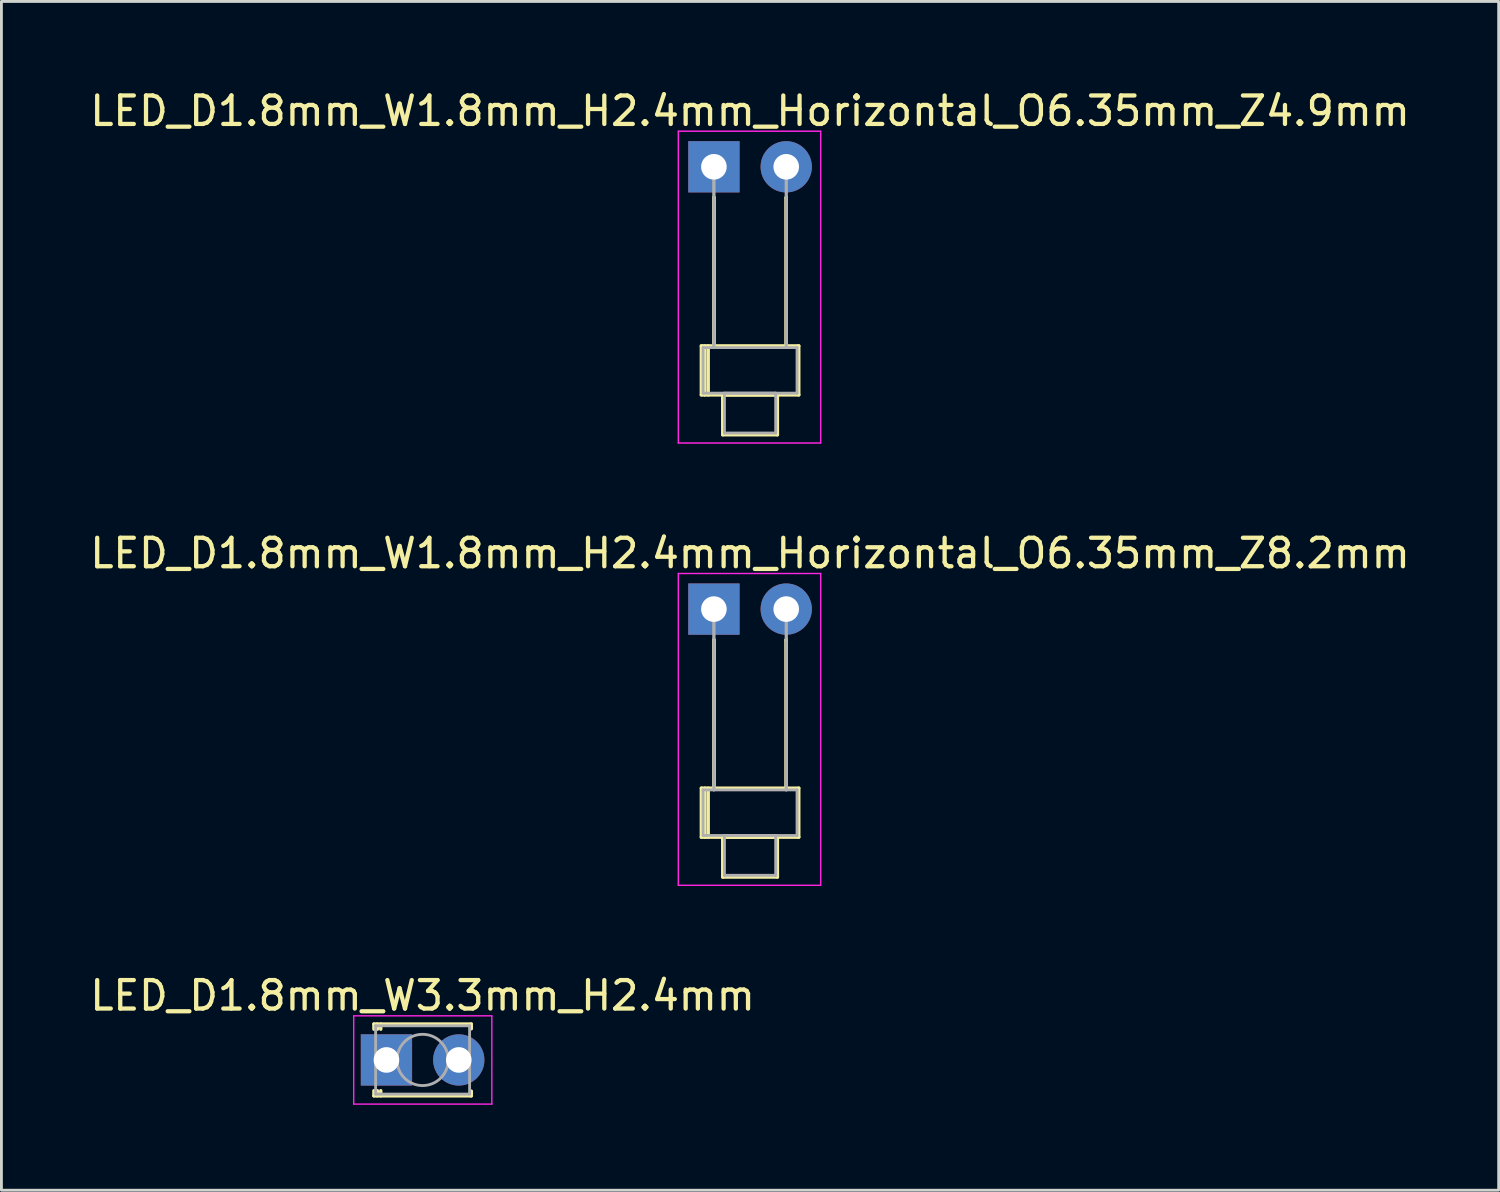
<source format=kicad_pcb>
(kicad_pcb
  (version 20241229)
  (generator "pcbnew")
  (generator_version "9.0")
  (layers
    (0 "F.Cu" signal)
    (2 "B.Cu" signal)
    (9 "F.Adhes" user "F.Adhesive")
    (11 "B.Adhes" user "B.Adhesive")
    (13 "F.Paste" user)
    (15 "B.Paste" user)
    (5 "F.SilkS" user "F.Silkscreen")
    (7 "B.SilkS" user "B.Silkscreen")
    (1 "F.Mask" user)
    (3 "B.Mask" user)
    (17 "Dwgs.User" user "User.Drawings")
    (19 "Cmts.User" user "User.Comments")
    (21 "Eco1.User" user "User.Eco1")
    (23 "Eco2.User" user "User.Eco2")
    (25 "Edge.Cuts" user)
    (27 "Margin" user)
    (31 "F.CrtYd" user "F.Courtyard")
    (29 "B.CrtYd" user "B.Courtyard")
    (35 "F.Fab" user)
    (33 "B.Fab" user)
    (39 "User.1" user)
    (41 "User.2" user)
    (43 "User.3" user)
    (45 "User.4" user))
  (footprint "LED_D1.8mm_W1.8mm_H2.4mm_Horizontal_O6.35mm_Z8.2mm"
    (layer "F.Cu")
    (at 22.022 18.341)
    (property "Reference" "LED_D1.8mm_W1.8mm_H2.4mm_Horizontal_O6.35mm_Z8.2mm" (at 1.27 -1.96 0) (layer "F.SilkS") (effects (font (size 1 1) (thickness 0.15))))
    (attr through_hole)
    (fp_line (start -0.44 6.29) (end -0.44 8.01) (stroke (width 0.12) (type solid)) (layer "F.SilkS"))
    (fp_line (start -0.44 8.01) (end 2.98 8.01) (stroke (width 0.12) (type solid)) (layer "F.SilkS"))
    (fp_line (start -0.32 6.29) (end -0.32 8.01) (stroke (width 0.12) (type solid)) (layer "F.SilkS"))
    (fp_line (start -0.2 6.29) (end -0.2 8.01) (stroke (width 0.12) (type solid)) (layer "F.SilkS"))
    (fp_line (start 0 1.08) (end 0 1.08) (stroke (width 0.12) (type solid)) (layer "F.SilkS"))
    (fp_line (start 0 1.08) (end 0 6.29) (stroke (width 0.12) (type solid)) (layer "F.SilkS"))
    (fp_line (start 0 6.29) (end 0 1.08) (stroke (width 0.12) (type solid)) (layer "F.SilkS"))
    (fp_line (start 0 6.29) (end 0 6.29) (stroke (width 0.12) (type solid)) (layer "F.SilkS"))
    (fp_line (start 0.31 8.01) (end 0.31 9.41) (stroke (width 0.12) (type solid)) (layer "F.SilkS"))
    (fp_line (start 0.31 9.41) (end 2.23 9.41) (stroke (width 0.12) (type solid)) (layer "F.SilkS"))
    (fp_line (start 2.23 8.01) (end 0.31 8.01) (stroke (width 0.12) (type solid)) (layer "F.SilkS"))
    (fp_line (start 2.23 9.41) (end 2.23 8.01) (stroke (width 0.12) (type solid)) (layer "F.SilkS"))
    (fp_line (start 2.54 1.08) (end 2.54 1.08) (stroke (width 0.12) (type solid)) (layer "F.SilkS"))
    (fp_line (start 2.54 1.08) (end 2.54 6.29) (stroke (width 0.12) (type solid)) (layer "F.SilkS"))
    (fp_line (start 2.54 6.29) (end 2.54 1.08) (stroke (width 0.12) (type solid)) (layer "F.SilkS"))
    (fp_line (start 2.54 6.29) (end 2.54 6.29) (stroke (width 0.12) (type solid)) (layer "F.SilkS"))
    (fp_line (start 2.98 6.29) (end -0.44 6.29) (stroke (width 0.12) (type solid)) (layer "F.SilkS"))
    (fp_line (start 2.98 8.01) (end 2.98 6.29) (stroke (width 0.12) (type solid)) (layer "F.SilkS"))
    (fp_line (start -1.25 -1.25) (end -1.25 9.7) (stroke (width 0.05) (type solid)) (layer "F.CrtYd"))
    (fp_line (start -1.25 9.7) (end 3.75 9.7) (stroke (width 0.05) (type solid)) (layer "F.CrtYd"))
    (fp_line (start 3.75 -1.25) (end -1.25 -1.25) (stroke (width 0.05) (type solid)) (layer "F.CrtYd"))
    (fp_line (start 3.75 9.7) (end 3.75 -1.25) (stroke (width 0.05) (type solid)) (layer "F.CrtYd"))
    (fp_line (start -0.38 6.35) (end -0.38 7.95) (stroke (width 0.1) (type solid)) (layer "F.Fab"))
    (fp_line (start -0.38 7.95) (end 2.92 7.95) (stroke (width 0.1) (type solid)) (layer "F.Fab"))
    (fp_line (start 0 0) (end 0 0) (stroke (width 0.1) (type solid)) (layer "F.Fab"))
    (fp_line (start 0 0) (end 0 6.35) (stroke (width 0.1) (type solid)) (layer "F.Fab"))
    (fp_line (start 0 6.35) (end 0 0) (stroke (width 0.1) (type solid)) (layer "F.Fab"))
    (fp_line (start 0 6.35) (end 0 6.35) (stroke (width 0.1) (type solid)) (layer "F.Fab"))
    (fp_line (start 0.37 7.95) (end 0.37 9.35) (stroke (width 0.1) (type solid)) (layer "F.Fab"))
    (fp_line (start 0.37 9.35) (end 2.17 9.35) (stroke (width 0.1) (type solid)) (layer "F.Fab"))
    (fp_line (start 2.17 7.95) (end 0.37 7.95) (stroke (width 0.1) (type solid)) (layer "F.Fab"))
    (fp_line (start 2.17 9.35) (end 2.17 7.95) (stroke (width 0.1) (type solid)) (layer "F.Fab"))
    (fp_line (start 2.54 0) (end 2.54 0) (stroke (width 0.1) (type solid)) (layer "F.Fab"))
    (fp_line (start 2.54 0) (end 2.54 6.35) (stroke (width 0.1) (type solid)) (layer "F.Fab"))
    (fp_line (start 2.54 6.35) (end 2.54 0) (stroke (width 0.1) (type solid)) (layer "F.Fab"))
    (fp_line (start 2.54 6.35) (end 2.54 6.35) (stroke (width 0.1) (type solid)) (layer "F.Fab"))
    (fp_line (start 2.92 6.35) (end -0.38 6.35) (stroke (width 0.1) (type solid)) (layer "F.Fab"))
    (fp_line (start 2.92 7.95) (end 2.92 6.35) (stroke (width 0.1) (type solid)) (layer "F.Fab"))
    (pad "1" thru_hole rect (at 0 0) (size 1.8 1.8) (drill 0.9) (layers "*.Cu" "*.Mask"))
    (pad "2" thru_hole circle (at 2.54 0) (size 1.8 1.8) (drill 0.9) (layers "*.Cu" "*.Mask")))
  (footprint "LED_D1.8mm_W3.3mm_H2.4mm"
    (layer "F.Cu")
    (at 10.522 34.175)
    (property "Reference" "LED_D1.8mm_W3.3mm_H2.4mm" (at 1.27 -2.26 0) (layer "F.SilkS") (effects (font (size 1 1) (thickness 0.15))))
    (attr through_hole)
    (fp_line (start -0.44 -1.26) (end -0.44 -1.08) (stroke (width 0.12) (type solid)) (layer "F.SilkS"))
    (fp_line (start -0.44 -1.26) (end 2.98 -1.26) (stroke (width 0.12) (type solid)) (layer "F.SilkS"))
    (fp_line (start -0.44 1.08) (end -0.44 1.26) (stroke (width 0.12) (type solid)) (layer "F.SilkS"))
    (fp_line (start -0.44 1.26) (end 2.98 1.26) (stroke (width 0.12) (type solid)) (layer "F.SilkS"))
    (fp_line (start -0.32 -1.26) (end -0.32 -1.08) (stroke (width 0.12) (type solid)) (layer "F.SilkS"))
    (fp_line (start -0.32 1.08) (end -0.32 1.26) (stroke (width 0.12) (type solid)) (layer "F.SilkS"))
    (fp_line (start -0.2 -1.26) (end -0.2 -1.08) (stroke (width 0.12) (type solid)) (layer "F.SilkS"))
    (fp_line (start -0.2 1.08) (end -0.2 1.26) (stroke (width 0.12) (type solid)) (layer "F.SilkS"))
    (fp_line (start 2.98 -1.26) (end 2.98 -1.095) (stroke (width 0.12) (type solid)) (layer "F.SilkS"))
    (fp_line (start 2.98 1.095) (end 2.98 1.26) (stroke (width 0.12) (type solid)) (layer "F.SilkS"))
    (fp_line (start -1.15 -1.55) (end -1.15 1.55) (stroke (width 0.05) (type solid)) (layer "F.CrtYd"))
    (fp_line (start -1.15 1.55) (end 3.7 1.55) (stroke (width 0.05) (type solid)) (layer "F.CrtYd"))
    (fp_line (start 3.7 -1.55) (end -1.15 -1.55) (stroke (width 0.05) (type solid)) (layer "F.CrtYd"))
    (fp_line (start 3.7 1.55) (end 3.7 -1.55) (stroke (width 0.05) (type solid)) (layer "F.CrtYd"))
    (fp_line (start -0.38 -1.2) (end -0.38 1.2) (stroke (width 0.1) (type solid)) (layer "F.Fab"))
    (fp_line (start -0.38 1.2) (end 2.92 1.2) (stroke (width 0.1) (type solid)) (layer "F.Fab"))
    (fp_line (start 2.92 -1.2) (end -0.38 -1.2) (stroke (width 0.1) (type solid)) (layer "F.Fab"))
    (fp_line (start 2.92 1.2) (end 2.92 -1.2) (stroke (width 0.1) (type solid)) (layer "F.Fab"))
    (fp_circle (center 1.27 0) (end 2.17 0) (stroke (width 0.1) (type solid)) (fill no) (layer "F.Fab"))
    (pad "1" thru_hole rect (at 0 0) (size 1.8 1.8) (drill 0.9) (layers "*.Cu" "*.Mask"))
    (pad "2" thru_hole circle (at 2.54 0) (size 1.8 1.8) (drill 0.9) (layers "*.Cu" "*.Mask")))
  (footprint "LED_D1.8mm_W1.8mm_H2.4mm_Horizontal_O6.35mm_Z4.9mm"
    (layer "F.Cu")
    (at 22.022 2.808)
    (property "Reference" "LED_D1.8mm_W1.8mm_H2.4mm_Horizontal_O6.35mm_Z4.9mm" (at 1.27 -1.96 0) (layer "F.SilkS") (effects (font (size 1 1) (thickness 0.15))))
    (attr through_hole)
    (fp_line (start -0.44 6.29) (end -0.44 8.01) (stroke (width 0.12) (type solid)) (layer "F.SilkS"))
    (fp_line (start -0.44 8.01) (end 2.98 8.01) (stroke (width 0.12) (type solid)) (layer "F.SilkS"))
    (fp_line (start -0.32 6.29) (end -0.32 8.01) (stroke (width 0.12) (type solid)) (layer "F.SilkS"))
    (fp_line (start -0.2 6.29) (end -0.2 8.01) (stroke (width 0.12) (type solid)) (layer "F.SilkS"))
    (fp_line (start 0 1.08) (end 0 1.08) (stroke (width 0.12) (type solid)) (layer "F.SilkS"))
    (fp_line (start 0 1.08) (end 0 6.29) (stroke (width 0.12) (type solid)) (layer "F.SilkS"))
    (fp_line (start 0 6.29) (end 0 1.08) (stroke (width 0.12) (type solid)) (layer "F.SilkS"))
    (fp_line (start 0 6.29) (end 0 6.29) (stroke (width 0.12) (type solid)) (layer "F.SilkS"))
    (fp_line (start 0.31 8.01) (end 0.31 9.41) (stroke (width 0.12) (type solid)) (layer "F.SilkS"))
    (fp_line (start 0.31 9.41) (end 2.23 9.41) (stroke (width 0.12) (type solid)) (layer "F.SilkS"))
    (fp_line (start 2.23 8.01) (end 0.31 8.01) (stroke (width 0.12) (type solid)) (layer "F.SilkS"))
    (fp_line (start 2.23 9.41) (end 2.23 8.01) (stroke (width 0.12) (type solid)) (layer "F.SilkS"))
    (fp_line (start 2.54 1.08) (end 2.54 1.08) (stroke (width 0.12) (type solid)) (layer "F.SilkS"))
    (fp_line (start 2.54 1.08) (end 2.54 6.29) (stroke (width 0.12) (type solid)) (layer "F.SilkS"))
    (fp_line (start 2.54 6.29) (end 2.54 1.08) (stroke (width 0.12) (type solid)) (layer "F.SilkS"))
    (fp_line (start 2.54 6.29) (end 2.54 6.29) (stroke (width 0.12) (type solid)) (layer "F.SilkS"))
    (fp_line (start 2.98 6.29) (end -0.44 6.29) (stroke (width 0.12) (type solid)) (layer "F.SilkS"))
    (fp_line (start 2.98 8.01) (end 2.98 6.29) (stroke (width 0.12) (type solid)) (layer "F.SilkS"))
    (fp_line (start -1.25 -1.25) (end -1.25 9.7) (stroke (width 0.05) (type solid)) (layer "F.CrtYd"))
    (fp_line (start -1.25 9.7) (end 3.75 9.7) (stroke (width 0.05) (type solid)) (layer "F.CrtYd"))
    (fp_line (start 3.75 -1.25) (end -1.25 -1.25) (stroke (width 0.05) (type solid)) (layer "F.CrtYd"))
    (fp_line (start 3.75 9.7) (end 3.75 -1.25) (stroke (width 0.05) (type solid)) (layer "F.CrtYd"))
    (fp_line (start -0.38 6.35) (end -0.38 7.95) (stroke (width 0.1) (type solid)) (layer "F.Fab"))
    (fp_line (start -0.38 7.95) (end 2.92 7.95) (stroke (width 0.1) (type solid)) (layer "F.Fab"))
    (fp_line (start 0 0) (end 0 0) (stroke (width 0.1) (type solid)) (layer "F.Fab"))
    (fp_line (start 0 0) (end 0 6.35) (stroke (width 0.1) (type solid)) (layer "F.Fab"))
    (fp_line (start 0 6.35) (end 0 0) (stroke (width 0.1) (type solid)) (layer "F.Fab"))
    (fp_line (start 0 6.35) (end 0 6.35) (stroke (width 0.1) (type solid)) (layer "F.Fab"))
    (fp_line (start 0.37 7.95) (end 0.37 9.35) (stroke (width 0.1) (type solid)) (layer "F.Fab"))
    (fp_line (start 0.37 9.35) (end 2.17 9.35) (stroke (width 0.1) (type solid)) (layer "F.Fab"))
    (fp_line (start 2.17 7.95) (end 0.37 7.95) (stroke (width 0.1) (type solid)) (layer "F.Fab"))
    (fp_line (start 2.17 9.35) (end 2.17 7.95) (stroke (width 0.1) (type solid)) (layer "F.Fab"))
    (fp_line (start 2.54 0) (end 2.54 0) (stroke (width 0.1) (type solid)) (layer "F.Fab"))
    (fp_line (start 2.54 0) (end 2.54 6.35) (stroke (width 0.1) (type solid)) (layer "F.Fab"))
    (fp_line (start 2.54 6.35) (end 2.54 0) (stroke (width 0.1) (type solid)) (layer "F.Fab"))
    (fp_line (start 2.54 6.35) (end 2.54 6.35) (stroke (width 0.1) (type solid)) (layer "F.Fab"))
    (fp_line (start 2.92 6.35) (end -0.38 6.35) (stroke (width 0.1) (type solid)) (layer "F.Fab"))
    (fp_line (start 2.92 7.95) (end 2.92 6.35) (stroke (width 0.1) (type solid)) (layer "F.Fab"))
    (pad "1" thru_hole rect (at 0 0) (size 1.8 1.8) (drill 0.9) (layers "*.Cu" "*.Mask"))
    (pad "2" thru_hole circle (at 2.54 0) (size 1.8 1.8) (drill 0.9) (layers "*.Cu" "*.Mask")))
  (gr_rect
    (start -3 -3)
    (end 49.583 38.75)
    (stroke (width 0.1) (type default))
    (fill no)
    (layer "Edge.Cuts")))
</source>
